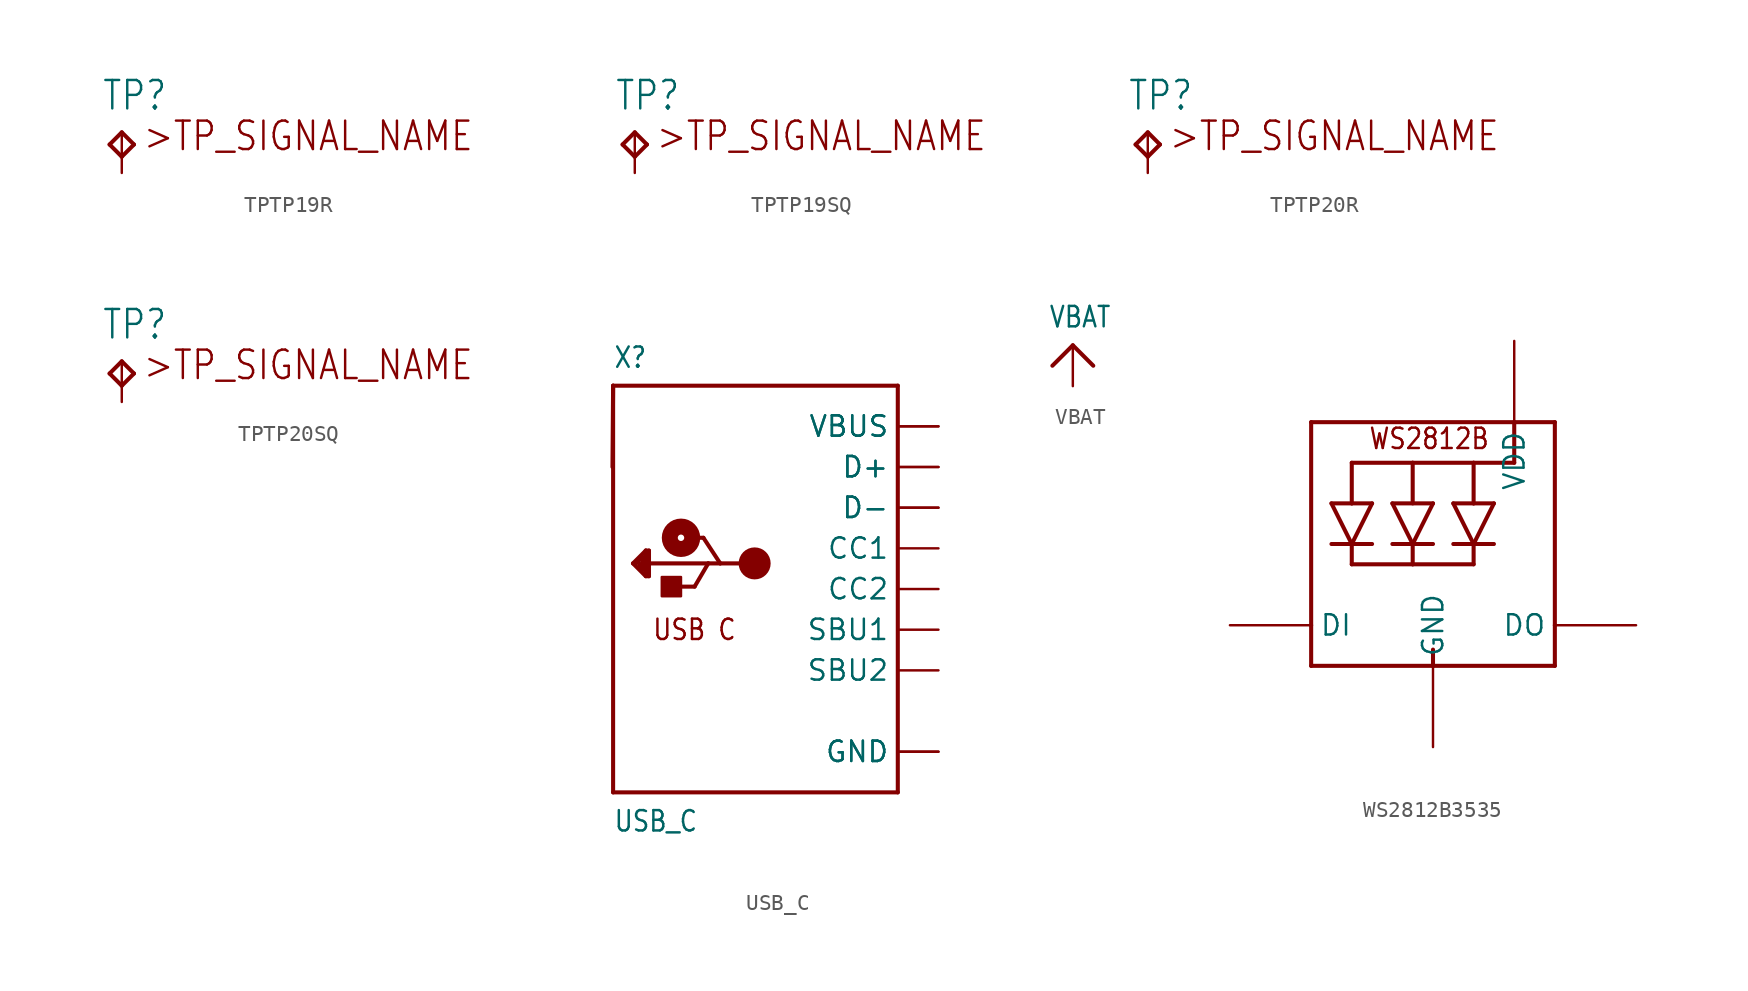
<source format=kicad_sym>
(kicad_symbol_lib
  (version 20211014)
  (generator kicad_symbol_editor)
  (symbol "TPTP19R"
    (property "Reference" "TP"
      (at -1.27 1.27 0)
      (effects (font (size 1.778 1.511)) (justify left bottom)))
    (property "ki_locked" ""
      (at 0 0 0)
      (effects (font (size 1.27 1.27))))
    (symbol "TPTP19R_1_0"
      (polyline (pts (xy -0.762 -0.762) (xy 0 0)) (stroke (width 0.254) (type default) (color 0 0 0 0)) (fill (type none)))
      (polyline (pts (xy 0 -1.524) (xy -0.762 -0.762)) (stroke (width 0.254) (type default) (color 0 0 0 0)) (fill (type none)))
      (polyline (pts (xy 0 0) (xy 0.762 -0.762)) (stroke (width 0.254) (type default) (color 0 0 0 0)) (fill (type none)))
      (polyline (pts (xy 0.762 -0.762) (xy 0 -1.524)) (stroke (width 0.254) (type default) (color 0 0 0 0)) (fill (type none)))
      (text ">TP_SIGNAL_NAME" (at 1.27 -1.27 0) (effects (font (size 1.778 1.511)) (justify left bottom)))
      (pin input line (at 0 -2.54 90) (length 2.54) (name "TP" (effects (font (size 0 0)))) (number "TP" (effects (font (size 0 0)))))))
  (symbol "TPTP19SQ"
    (property "Reference" "TP"
      (at -1.27 1.27 0)
      (effects (font (size 1.778 1.511)) (justify left bottom)))
    (property "ki_locked" ""
      (at 0 0 0)
      (effects (font (size 1.27 1.27))))
    (symbol "TPTP19SQ_1_0"
      (polyline (pts (xy -0.762 -0.762) (xy 0 0)) (stroke (width 0.254) (type default) (color 0 0 0 0)) (fill (type none)))
      (polyline (pts (xy 0 -1.524) (xy -0.762 -0.762)) (stroke (width 0.254) (type default) (color 0 0 0 0)) (fill (type none)))
      (polyline (pts (xy 0 0) (xy 0.762 -0.762)) (stroke (width 0.254) (type default) (color 0 0 0 0)) (fill (type none)))
      (polyline (pts (xy 0.762 -0.762) (xy 0 -1.524)) (stroke (width 0.254) (type default) (color 0 0 0 0)) (fill (type none)))
      (text ">TP_SIGNAL_NAME" (at 1.27 -1.27 0) (effects (font (size 1.778 1.511)) (justify left bottom)))
      (pin input line (at 0 -2.54 90) (length 2.54) (name "TP" (effects (font (size 0 0)))) (number "TP" (effects (font (size 0 0)))))))
  (symbol "TPTP20R"
    (property "Reference" "TP"
      (at -1.27 1.27 0)
      (effects (font (size 1.778 1.511)) (justify left bottom)))
    (property "ki_locked" ""
      (at 0 0 0)
      (effects (font (size 1.27 1.27))))
    (symbol "TPTP20R_1_0"
      (polyline (pts (xy -0.762 -0.762) (xy 0 0)) (stroke (width 0.254) (type default) (color 0 0 0 0)) (fill (type none)))
      (polyline (pts (xy 0 -1.524) (xy -0.762 -0.762)) (stroke (width 0.254) (type default) (color 0 0 0 0)) (fill (type none)))
      (polyline (pts (xy 0 0) (xy 0.762 -0.762)) (stroke (width 0.254) (type default) (color 0 0 0 0)) (fill (type none)))
      (polyline (pts (xy 0.762 -0.762) (xy 0 -1.524)) (stroke (width 0.254) (type default) (color 0 0 0 0)) (fill (type none)))
      (text ">TP_SIGNAL_NAME" (at 1.27 -1.27 0) (effects (font (size 1.778 1.511)) (justify left bottom)))
      (pin input line (at 0 -2.54 90) (length 2.54) (name "TP" (effects (font (size 0 0)))) (number "TP" (effects (font (size 0 0)))))))
  (symbol "TPTP20SQ"
    (property "Reference" "TP"
      (at -1.27 1.27 0)
      (effects (font (size 1.778 1.511)) (justify left bottom)))
    (property "ki_locked" ""
      (at 0 0 0)
      (effects (font (size 1.27 1.27))))
    (symbol "TPTP20SQ_1_0"
      (polyline (pts (xy -0.762 -0.762) (xy 0 0)) (stroke (width 0.254) (type default) (color 0 0 0 0)) (fill (type none)))
      (polyline (pts (xy 0 -1.524) (xy -0.762 -0.762)) (stroke (width 0.254) (type default) (color 0 0 0 0)) (fill (type none)))
      (polyline (pts (xy 0 0) (xy 0.762 -0.762)) (stroke (width 0.254) (type default) (color 0 0 0 0)) (fill (type none)))
      (polyline (pts (xy 0.762 -0.762) (xy 0 -1.524)) (stroke (width 0.254) (type default) (color 0 0 0 0)) (fill (type none)))
      (text ">TP_SIGNAL_NAME" (at 1.27 -1.27 0) (effects (font (size 1.778 1.511)) (justify left bottom)))
      (pin input line (at 0 -2.54 90) (length 2.54) (name "TP" (effects (font (size 0 0)))) (number "TP" (effects (font (size 0 0)))))))
  (symbol "USB_C"
    (property "Reference" "X"
      (at -10.16 13.716 0)
      (effects (font (size 1.27 1.079)) (justify left bottom)))
    (property "Value" "USB_C"
      (at -10.16 -15.24 0)
      (effects (font (size 1.27 1.079)) (justify left bottom)))
    (property "ki_locked" ""
      (at 0 0 0)
      (effects (font (size 1.27 1.27))))
    (symbol "USB_C_1_0"
      (rectangle (start -7.12 -0.45) (end -5.92 0.75) (stroke (width 0) (type default) (color 0 0 0 0)) (fill (type outline)))
      (circle (center -5.92 3.2) (radius 0.2) (stroke (width 1) (type default) (color 0 0 0 0)) (fill (type none)))
      (circle (center -1.32 1.6) (radius 0.5) (stroke (width 1) (type default) (color 0 0 0 0)) (fill (type none)))
      (polyline (pts (xy -10.2 7.62) (xy -10.16 12.7)) (stroke (width 0.254) (type default) (color 0 0 0 0)) (fill (type none)))
      (polyline (pts (xy -10.16 -12.7) (xy 7.62 -12.7)) (stroke (width 0.254) (type default) (color 0 0 0 0)) (fill (type none)))
      (polyline (pts (xy -10.16 12.7) (xy -10.16 -12.7)) (stroke (width 0.254) (type default) (color 0 0 0 0)) (fill (type none)))
      (polyline (pts (xy -10.16 12.7) (xy 7.62 12.7)) (stroke (width 0.254) (type default) (color 0 0 0 0)) (fill (type none)))
      (polyline (pts (xy -8.92 1.6) (xy -8.12 2.4)) (stroke (width 0.254) (type default) (color 0 0 0 0)) (fill (type none)))
      (polyline (pts (xy -8.52 1.4) (xy -8.32 1.2)) (stroke (width 0.254) (type default) (color 0 0 0 0)) (fill (type none)))
      (polyline (pts (xy -8.52 1.6) (xy -8.52 1.4)) (stroke (width 0.254) (type default) (color 0 0 0 0)) (fill (type none)))
      (polyline (pts (xy -8.32 1.2) (xy -8.32 2)) (stroke (width 0.254) (type default) (color 0 0 0 0)) (fill (type none)))
      (polyline (pts (xy -8.32 2) (xy -8.72 1.6)) (stroke (width 0.254) (type default) (color 0 0 0 0)) (fill (type none)))
      (polyline (pts (xy -8.12 0.8) (xy -8.92 1.6)) (stroke (width 0.254) (type default) (color 0 0 0 0)) (fill (type none)))
      (polyline (pts (xy -8.12 1) (xy -8.12 2.4)) (stroke (width 0.254) (type default) (color 0 0 0 0)) (fill (type none)))
      (polyline (pts (xy -8.12 2.4) (xy -7.92 2.4)) (stroke (width 0.254) (type default) (color 0 0 0 0)) (fill (type none)))
      (polyline (pts (xy -7.92 0.8) (xy -8.12 0.8)) (stroke (width 0.254) (type default) (color 0 0 0 0)) (fill (type none)))
      (polyline (pts (xy -7.92 1.6) (xy -7.92 0.8)) (stroke (width 0.254) (type default) (color 0 0 0 0)) (fill (type none)))
      (polyline (pts (xy -7.92 2.4) (xy -7.92 1.6)) (stroke (width 0.254) (type default) (color 0 0 0 0)) (fill (type none)))
      (polyline (pts (xy -6.27 0.15) (xy -5.07 0.15)) (stroke (width 0.254) (type default) (color 0 0 0 0)) (fill (type none)))
      (polyline (pts (xy -5.52 3.2) (xy -4.52 3.2)) (stroke (width 0.254) (type default) (color 0 0 0 0)) (fill (type none)))
      (polyline (pts (xy -5.07 0.15) (xy -4.22 1.6)) (stroke (width 0.254) (type default) (color 0 0 0 0)) (fill (type none)))
      (polyline (pts (xy -4.52 3.2) (xy -3.47 1.6)) (stroke (width 0.254) (type default) (color 0 0 0 0)) (fill (type none)))
      (polyline (pts (xy -4.22 1.6) (xy -7.92 1.6)) (stroke (width 0.254) (type default) (color 0 0 0 0)) (fill (type none)))
      (polyline (pts (xy -3.47 1.6) (xy -4.22 1.6)) (stroke (width 0.254) (type default) (color 0 0 0 0)) (fill (type none)))
      (polyline (pts (xy -1.32 1.6) (xy -3.47 1.6)) (stroke (width 0.254) (type default) (color 0 0 0 0)) (fill (type none)))
      (polyline (pts (xy 7.62 12.7) (xy 7.62 -12.7)) (stroke (width 0.254) (type default) (color 0 0 0 0)) (fill (type none)))
      (text "USB C" (at -5.08 -2.54 0) (effects (font (size 1.27 1.079))))
      (pin power_in line (at 10.16 -10.16 180) (length 2.54) (name "GND" (effects (font (size 1.27 1.27)))) (number "A1B12" (effects (font (size 0 0)))))
      (pin power_in line (at 10.16 10.16 180) (length 2.54) (name "VBUS" (effects (font (size 1.27 1.27)))) (number "A4B9" (effects (font (size 0 0)))))
      (pin bidirectional line (at 10.16 2.54 180) (length 2.54) (name "CC1" (effects (font (size 1.27 1.27)))) (number "A5" (effects (font (size 0 0)))))
      (pin bidirectional line (at 10.16 7.62 180) (length 2.54) (name "D+" (effects (font (size 1.27 1.27)))) (number "A6" (effects (font (size 0 0)))))
      (pin bidirectional line (at 10.16 5.08 180) (length 2.54) (name "D-" (effects (font (size 1.27 1.27)))) (number "A7" (effects (font (size 0 0)))))
      (pin bidirectional line (at 10.16 -2.54 180) (length 2.54) (name "SBU1" (effects (font (size 1.27 1.27)))) (number "A8" (effects (font (size 0 0)))))
      (pin power_in line (at 10.16 -10.16 180) (length 2.54) (name "GND" (effects (font (size 1.27 1.27)))) (number "B1A12" (effects (font (size 0 0)))))
      (pin power_in line (at 10.16 10.16 180) (length 2.54) (name "VBUS" (effects (font (size 1.27 1.27)))) (number "B4A9" (effects (font (size 0 0)))))
      (pin bidirectional line (at 10.16 0 180) (length 2.54) (name "CC2" (effects (font (size 1.27 1.27)))) (number "B5" (effects (font (size 0 0)))))
      (pin bidirectional line (at 10.16 7.62 180) (length 2.54) (name "D+" (effects (font (size 1.27 1.27)))) (number "B6" (effects (font (size 0 0)))))
      (pin bidirectional line (at 10.16 5.08 180) (length 2.54) (name "D-" (effects (font (size 1.27 1.27)))) (number "B7" (effects (font (size 0 0)))))
      (pin bidirectional line (at 10.16 -5.08 180) (length 2.54) (name "SBU2" (effects (font (size 1.27 1.27)))) (number "B8" (effects (font (size 0 0)))))))
  (symbol "VBAT"
    (power)
    (property "Reference" ""
      (at 0 0 0)
      (effects (font (size 1.27 1.27)) hide))
    (property "Value" "VBAT"
      (at -1.524 1.016 0)
      (effects (font (size 1.27 1.079)) (justify left bottom)))
    (property "ki_locked" ""
      (at 0 0 0)
      (effects (font (size 1.27 1.27))))
    (symbol "VBAT_1_0"
      (polyline (pts (xy -1.27 -1.27) (xy 0 0)) (stroke (width 0.254) (type default) (color 0 0 0 0)) (fill (type none)))
      (polyline (pts (xy 0 0) (xy 1.27 -1.27)) (stroke (width 0.254) (type default) (color 0 0 0 0)) (fill (type none)))
      (pin power_in line (at 0 -2.54 90) (length 2.54) (name "VBAT" (effects (font (size 0 0)))) (number "1" (effects (font (size 0 0)))))))
  (symbol "WS2812B3535"
    (property "Reference" "LED"
      (at 0 0 0)
      (effects (font (size 1.27 1.27)) hide))
    (property "ki_locked" ""
      (at 0 0 0)
      (effects (font (size 1.27 1.27))))
    (symbol "WS2812B3535_1_0"
      (polyline (pts (xy -7.62 -5.08) (xy 0 -5.08)) (stroke (width 0.254) (type default) (color 0 0 0 0)) (fill (type none)))
      (polyline (pts (xy -7.62 -2.54) (xy -7.62 -5.08)) (stroke (width 0.254) (type default) (color 0 0 0 0)) (fill (type none)))
      (polyline (pts (xy -7.62 10.16) (xy -7.62 -2.54)) (stroke (width 0.254) (type default) (color 0 0 0 0)) (fill (type none)))
      (polyline (pts (xy -6.35 2.54) (xy -5.08 2.54)) (stroke (width 0.254) (type default) (color 0 0 0 0)) (fill (type none)))
      (polyline (pts (xy -6.35 5.08) (xy -5.08 5.08)) (stroke (width 0.254) (type default) (color 0 0 0 0)) (fill (type none)))
      (polyline (pts (xy -5.08 2.54) (xy -6.35 5.08)) (stroke (width 0.254) (type default) (color 0 0 0 0)) (fill (type none)))
      (polyline (pts (xy -5.08 2.54) (xy -5.08 1.27)) (stroke (width 0.254) (type default) (color 0 0 0 0)) (fill (type none)))
      (polyline (pts (xy -5.08 2.54) (xy -3.81 5.08)) (stroke (width 0.254) (type default) (color 0 0 0 0)) (fill (type none)))
      (polyline (pts (xy -5.08 5.08) (xy -3.81 5.08)) (stroke (width 0.254) (type default) (color 0 0 0 0)) (fill (type none)))
      (polyline (pts (xy -5.08 7.62) (xy -5.08 5.08)) (stroke (width 0.254) (type default) (color 0 0 0 0)) (fill (type none)))
      (polyline (pts (xy -3.81 2.54) (xy -5.08 2.54)) (stroke (width 0.254) (type default) (color 0 0 0 0)) (fill (type none)))
      (polyline (pts (xy -2.54 2.54) (xy -1.27 2.54)) (stroke (width 0.254) (type default) (color 0 0 0 0)) (fill (type none)))
      (polyline (pts (xy -2.54 5.08) (xy 0 5.08)) (stroke (width 0.254) (type default) (color 0 0 0 0)) (fill (type none)))
      (polyline (pts (xy -1.27 1.27) (xy -5.08 1.27)) (stroke (width 0.254) (type default) (color 0 0 0 0)) (fill (type none)))
      (polyline (pts (xy -1.27 2.54) (xy -2.54 5.08)) (stroke (width 0.254) (type default) (color 0 0 0 0)) (fill (type none)))
      (polyline (pts (xy -1.27 2.54) (xy -1.27 1.27)) (stroke (width 0.254) (type default) (color 0 0 0 0)) (fill (type none)))
      (polyline (pts (xy -1.27 2.54) (xy 0 2.54)) (stroke (width 0.254) (type default) (color 0 0 0 0)) (fill (type none)))
      (polyline (pts (xy -1.27 5.08) (xy -1.27 7.62)) (stroke (width 0.254) (type default) (color 0 0 0 0)) (fill (type none)))
      (polyline (pts (xy -1.27 7.62) (xy -5.08 7.62)) (stroke (width 0.254) (type default) (color 0 0 0 0)) (fill (type none)))
      (polyline (pts (xy 0 -5.08) (xy 7.62 -5.08)) (stroke (width 0.254) (type default) (color 0 0 0 0)) (fill (type none)))
      (polyline (pts (xy 0 -4.064) (xy 0 -5.08)) (stroke (width 0.254) (type default) (color 0 0 0 0)) (fill (type none)))
      (polyline (pts (xy 0 5.08) (xy -1.27 2.54)) (stroke (width 0.254) (type default) (color 0 0 0 0)) (fill (type none)))
      (polyline (pts (xy 1.27 5.08) (xy 2.54 2.54)) (stroke (width 0.254) (type default) (color 0 0 0 0)) (fill (type none)))
      (polyline (pts (xy 1.27 5.08) (xy 2.54 5.08)) (stroke (width 0.254) (type default) (color 0 0 0 0)) (fill (type none)))
      (polyline (pts (xy 2.54 1.27) (xy -1.27 1.27)) (stroke (width 0.254) (type default) (color 0 0 0 0)) (fill (type none)))
      (polyline (pts (xy 2.54 2.54) (xy 1.27 2.54)) (stroke (width 0.254) (type default) (color 0 0 0 0)) (fill (type none)))
      (polyline (pts (xy 2.54 2.54) (xy 2.54 1.27)) (stroke (width 0.254) (type default) (color 0 0 0 0)) (fill (type none)))
      (polyline (pts (xy 2.54 2.54) (xy 3.81 2.54)) (stroke (width 0.254) (type default) (color 0 0 0 0)) (fill (type none)))
      (polyline (pts (xy 2.54 2.54) (xy 3.81 5.08)) (stroke (width 0.254) (type default) (color 0 0 0 0)) (fill (type none)))
      (polyline (pts (xy 2.54 5.08) (xy 2.54 7.62)) (stroke (width 0.254) (type default) (color 0 0 0 0)) (fill (type none)))
      (polyline (pts (xy 2.54 7.62) (xy -1.27 7.62)) (stroke (width 0.254) (type default) (color 0 0 0 0)) (fill (type none)))
      (polyline (pts (xy 2.54 7.62) (xy 5.08 7.62)) (stroke (width 0.254) (type default) (color 0 0 0 0)) (fill (type none)))
      (polyline (pts (xy 3.81 5.08) (xy 2.54 5.08)) (stroke (width 0.254) (type default) (color 0 0 0 0)) (fill (type none)))
      (polyline (pts (xy 5.08 10.16) (xy -7.62 10.16)) (stroke (width 0.254) (type default) (color 0 0 0 0)) (fill (type none)))
      (polyline (pts (xy 5.08 10.16) (xy 5.08 7.62)) (stroke (width 0.254) (type default) (color 0 0 0 0)) (fill (type none)))
      (polyline (pts (xy 7.62 -5.08) (xy 7.62 -2.54)) (stroke (width 0.254) (type default) (color 0 0 0 0)) (fill (type none)))
      (polyline (pts (xy 7.62 -2.54) (xy 7.62 10.16)) (stroke (width 0.254) (type default) (color 0 0 0 0)) (fill (type none)))
      (polyline (pts (xy 7.62 10.16) (xy 5.08 10.16)) (stroke (width 0.254) (type default) (color 0 0 0 0)) (fill (type none)))
      (text "WS2812B" (at -4.064 8.382 0) (effects (font (size 1.27 1.079)) (justify left bottom)))
      (pin input line (at -12.7 -2.54 0) (length 5.08) (name "DI" (effects (font (size 1.27 1.27)))) (number "1" (effects (font (size 0 0)))))
      (pin power_in line (at 5.08 15.24 270) (length 5.08) (name "VDD" (effects (font (size 1.27 1.27)))) (number "2" (effects (font (size 0 0)))))
      (pin output line (at 12.7 -2.54 180) (length 5.08) (name "DO" (effects (font (size 1.27 1.27)))) (number "3" (effects (font (size 0 0)))))
      (pin power_in line (at 0 -10.16 90) (length 5.08) (name "GND" (effects (font (size 1.27 1.27)))) (number "4" (effects (font (size 0 0))))))))
</source>
